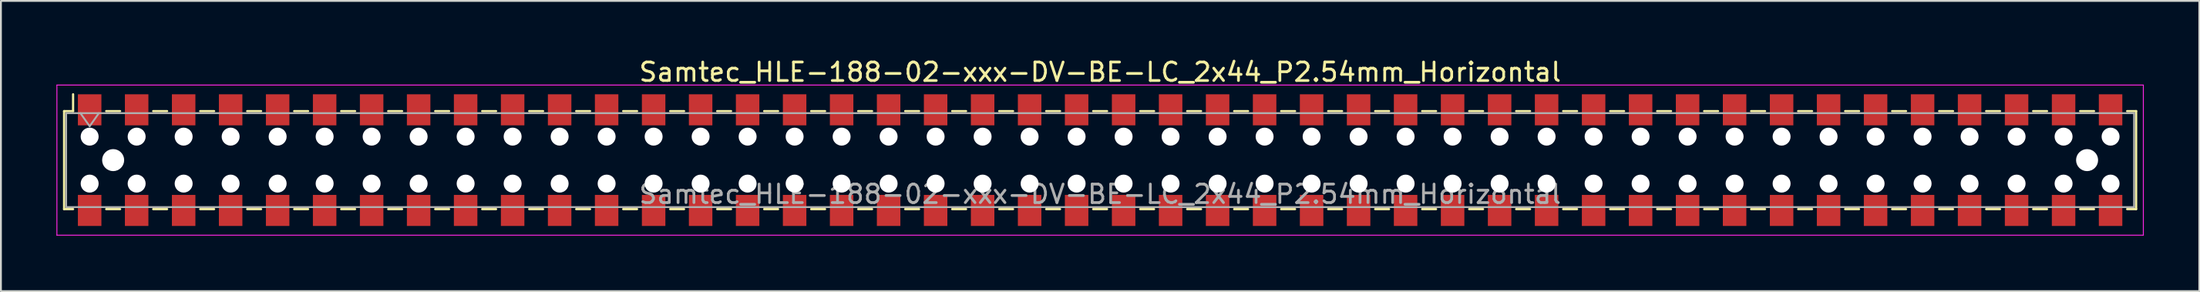
<source format=kicad_pcb>
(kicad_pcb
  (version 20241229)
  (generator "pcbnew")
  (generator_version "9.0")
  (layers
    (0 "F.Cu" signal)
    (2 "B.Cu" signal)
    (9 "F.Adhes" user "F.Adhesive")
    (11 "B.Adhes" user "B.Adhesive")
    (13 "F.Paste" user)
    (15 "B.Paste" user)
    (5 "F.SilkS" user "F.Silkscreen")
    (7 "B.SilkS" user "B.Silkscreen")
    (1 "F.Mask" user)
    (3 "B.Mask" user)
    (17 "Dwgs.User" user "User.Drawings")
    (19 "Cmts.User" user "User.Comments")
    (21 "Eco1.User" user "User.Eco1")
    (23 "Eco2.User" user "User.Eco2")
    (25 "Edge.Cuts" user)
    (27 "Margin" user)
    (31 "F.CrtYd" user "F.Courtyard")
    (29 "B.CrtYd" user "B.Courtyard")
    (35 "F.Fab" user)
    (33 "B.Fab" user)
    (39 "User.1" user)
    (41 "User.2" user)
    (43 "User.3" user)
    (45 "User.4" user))
  (footprint "Samtec_HLE-188-02-xxx-DV-BE-LC_2x44_P2.54mm_Horizontal"
    (layer "F.Cu")
    (at 56.405 5.608)
    (property "Reference" "Samtec_HLE-188-02-xxx-DV-BE-LC_2x44_P2.54mm_Horizontal" (at 0 -4.76 0) (layer "F.SilkS") (effects (font (size 1 1) (thickness 0.15))))
    (attr smd)
    (fp_line (start -55.99 -2.65) (end -55.99 2.65) (stroke (width 0.12) (type solid)) (layer "F.SilkS"))
    (fp_line (start -55.99 2.65) (end -55.505 2.65) (stroke (width 0.12) (type solid)) (layer "F.SilkS"))
    (fp_line (start -55.505 -3.56) (end -55.505 -2.65) (stroke (width 0.12) (type solid)) (layer "F.SilkS"))
    (fp_line (start -55.505 -2.65) (end -55.99 -2.65) (stroke (width 0.12) (type solid)) (layer "F.SilkS"))
    (fp_line (start -53.715 -2.65) (end -52.965 -2.65) (stroke (width 0.12) (type solid)) (layer "F.SilkS"))
    (fp_line (start -53.715 2.65) (end -52.965 2.65) (stroke (width 0.12) (type solid)) (layer "F.SilkS"))
    (fp_line (start -51.175 -2.65) (end -50.425 -2.65) (stroke (width 0.12) (type solid)) (layer "F.SilkS"))
    (fp_line (start -51.175 2.65) (end -50.425 2.65) (stroke (width 0.12) (type solid)) (layer "F.SilkS"))
    (fp_line (start -48.635 -2.65) (end -47.885 -2.65) (stroke (width 0.12) (type solid)) (layer "F.SilkS"))
    (fp_line (start -48.635 2.65) (end -47.885 2.65) (stroke (width 0.12) (type solid)) (layer "F.SilkS"))
    (fp_line (start -46.095 -2.65) (end -45.345 -2.65) (stroke (width 0.12) (type solid)) (layer "F.SilkS"))
    (fp_line (start -46.095 2.65) (end -45.345 2.65) (stroke (width 0.12) (type solid)) (layer "F.SilkS"))
    (fp_line (start -43.555 -2.65) (end -42.805 -2.65) (stroke (width 0.12) (type solid)) (layer "F.SilkS"))
    (fp_line (start -43.555 2.65) (end -42.805 2.65) (stroke (width 0.12) (type solid)) (layer "F.SilkS"))
    (fp_line (start -41.015 -2.65) (end -40.265 -2.65) (stroke (width 0.12) (type solid)) (layer "F.SilkS"))
    (fp_line (start -41.015 2.65) (end -40.265 2.65) (stroke (width 0.12) (type solid)) (layer "F.SilkS"))
    (fp_line (start -38.475 -2.65) (end -37.725 -2.65) (stroke (width 0.12) (type solid)) (layer "F.SilkS"))
    (fp_line (start -38.475 2.65) (end -37.725 2.65) (stroke (width 0.12) (type solid)) (layer "F.SilkS"))
    (fp_line (start -35.935 -2.65) (end -35.185 -2.65) (stroke (width 0.12) (type solid)) (layer "F.SilkS"))
    (fp_line (start -35.935 2.65) (end -35.185 2.65) (stroke (width 0.12) (type solid)) (layer "F.SilkS"))
    (fp_line (start -33.395 -2.65) (end -32.645 -2.65) (stroke (width 0.12) (type solid)) (layer "F.SilkS"))
    (fp_line (start -33.395 2.65) (end -32.645 2.65) (stroke (width 0.12) (type solid)) (layer "F.SilkS"))
    (fp_line (start -30.855 -2.65) (end -30.105 -2.65) (stroke (width 0.12) (type solid)) (layer "F.SilkS"))
    (fp_line (start -30.855 2.65) (end -30.105 2.65) (stroke (width 0.12) (type solid)) (layer "F.SilkS"))
    (fp_line (start -28.315 -2.65) (end -27.565 -2.65) (stroke (width 0.12) (type solid)) (layer "F.SilkS"))
    (fp_line (start -28.315 2.65) (end -27.565 2.65) (stroke (width 0.12) (type solid)) (layer "F.SilkS"))
    (fp_line (start -25.775 -2.65) (end -25.025 -2.65) (stroke (width 0.12) (type solid)) (layer "F.SilkS"))
    (fp_line (start -25.775 2.65) (end -25.025 2.65) (stroke (width 0.12) (type solid)) (layer "F.SilkS"))
    (fp_line (start -23.235 -2.65) (end -22.485 -2.65) (stroke (width 0.12) (type solid)) (layer "F.SilkS"))
    (fp_line (start -23.235 2.65) (end -22.485 2.65) (stroke (width 0.12) (type solid)) (layer "F.SilkS"))
    (fp_line (start -20.695 -2.65) (end -19.945 -2.65) (stroke (width 0.12) (type solid)) (layer "F.SilkS"))
    (fp_line (start -20.695 2.65) (end -19.945 2.65) (stroke (width 0.12) (type solid)) (layer "F.SilkS"))
    (fp_line (start -18.155 -2.65) (end -17.405 -2.65) (stroke (width 0.12) (type solid)) (layer "F.SilkS"))
    (fp_line (start -18.155 2.65) (end -17.405 2.65) (stroke (width 0.12) (type solid)) (layer "F.SilkS"))
    (fp_line (start -15.615 -2.65) (end -14.865 -2.65) (stroke (width 0.12) (type solid)) (layer "F.SilkS"))
    (fp_line (start -15.615 2.65) (end -14.865 2.65) (stroke (width 0.12) (type solid)) (layer "F.SilkS"))
    (fp_line (start -13.075 -2.65) (end -12.325 -2.65) (stroke (width 0.12) (type solid)) (layer "F.SilkS"))
    (fp_line (start -13.075 2.65) (end -12.325 2.65) (stroke (width 0.12) (type solid)) (layer "F.SilkS"))
    (fp_line (start -10.535 -2.65) (end -9.785 -2.65) (stroke (width 0.12) (type solid)) (layer "F.SilkS"))
    (fp_line (start -10.535 2.65) (end -9.785 2.65) (stroke (width 0.12) (type solid)) (layer "F.SilkS"))
    (fp_line (start -7.995 -2.65) (end -7.245 -2.65) (stroke (width 0.12) (type solid)) (layer "F.SilkS"))
    (fp_line (start -7.995 2.65) (end -7.245 2.65) (stroke (width 0.12) (type solid)) (layer "F.SilkS"))
    (fp_line (start -5.455 -2.65) (end -4.705 -2.65) (stroke (width 0.12) (type solid)) (layer "F.SilkS"))
    (fp_line (start -5.455 2.65) (end -4.705 2.65) (stroke (width 0.12) (type solid)) (layer "F.SilkS"))
    (fp_line (start -2.915 -2.65) (end -2.165 -2.65) (stroke (width 0.12) (type solid)) (layer "F.SilkS"))
    (fp_line (start -2.915 2.65) (end -2.165 2.65) (stroke (width 0.12) (type solid)) (layer "F.SilkS"))
    (fp_line (start -0.375 -2.65) (end 0.375 -2.65) (stroke (width 0.12) (type solid)) (layer "F.SilkS"))
    (fp_line (start -0.375 2.65) (end 0.375 2.65) (stroke (width 0.12) (type solid)) (layer "F.SilkS"))
    (fp_line (start 2.165 -2.65) (end 2.915 -2.65) (stroke (width 0.12) (type solid)) (layer "F.SilkS"))
    (fp_line (start 2.165 2.65) (end 2.915 2.65) (stroke (width 0.12) (type solid)) (layer "F.SilkS"))
    (fp_line (start 4.705 -2.65) (end 5.455 -2.65) (stroke (width 0.12) (type solid)) (layer "F.SilkS"))
    (fp_line (start 4.705 2.65) (end 5.455 2.65) (stroke (width 0.12) (type solid)) (layer "F.SilkS"))
    (fp_line (start 7.245 -2.65) (end 7.995 -2.65) (stroke (width 0.12) (type solid)) (layer "F.SilkS"))
    (fp_line (start 7.245 2.65) (end 7.995 2.65) (stroke (width 0.12) (type solid)) (layer "F.SilkS"))
    (fp_line (start 9.785 -2.65) (end 10.535 -2.65) (stroke (width 0.12) (type solid)) (layer "F.SilkS"))
    (fp_line (start 9.785 2.65) (end 10.535 2.65) (stroke (width 0.12) (type solid)) (layer "F.SilkS"))
    (fp_line (start 12.325 -2.65) (end 13.075 -2.65) (stroke (width 0.12) (type solid)) (layer "F.SilkS"))
    (fp_line (start 12.325 2.65) (end 13.075 2.65) (stroke (width 0.12) (type solid)) (layer "F.SilkS"))
    (fp_line (start 14.865 -2.65) (end 15.615 -2.65) (stroke (width 0.12) (type solid)) (layer "F.SilkS"))
    (fp_line (start 14.865 2.65) (end 15.615 2.65) (stroke (width 0.12) (type solid)) (layer "F.SilkS"))
    (fp_line (start 17.405 -2.65) (end 18.155 -2.65) (stroke (width 0.12) (type solid)) (layer "F.SilkS"))
    (fp_line (start 17.405 2.65) (end 18.155 2.65) (stroke (width 0.12) (type solid)) (layer "F.SilkS"))
    (fp_line (start 19.945 -2.65) (end 20.695 -2.65) (stroke (width 0.12) (type solid)) (layer "F.SilkS"))
    (fp_line (start 19.945 2.65) (end 20.695 2.65) (stroke (width 0.12) (type solid)) (layer "F.SilkS"))
    (fp_line (start 22.485 -2.65) (end 23.235 -2.65) (stroke (width 0.12) (type solid)) (layer "F.SilkS"))
    (fp_line (start 22.485 2.65) (end 23.235 2.65) (stroke (width 0.12) (type solid)) (layer "F.SilkS"))
    (fp_line (start 25.025 -2.65) (end 25.775 -2.65) (stroke (width 0.12) (type solid)) (layer "F.SilkS"))
    (fp_line (start 25.025 2.65) (end 25.775 2.65) (stroke (width 0.12) (type solid)) (layer "F.SilkS"))
    (fp_line (start 27.565 -2.65) (end 28.315 -2.65) (stroke (width 0.12) (type solid)) (layer "F.SilkS"))
    (fp_line (start 27.565 2.65) (end 28.315 2.65) (stroke (width 0.12) (type solid)) (layer "F.SilkS"))
    (fp_line (start 30.105 -2.65) (end 30.855 -2.65) (stroke (width 0.12) (type solid)) (layer "F.SilkS"))
    (fp_line (start 30.105 2.65) (end 30.855 2.65) (stroke (width 0.12) (type solid)) (layer "F.SilkS"))
    (fp_line (start 32.645 -2.65) (end 33.395 -2.65) (stroke (width 0.12) (type solid)) (layer "F.SilkS"))
    (fp_line (start 32.645 2.65) (end 33.395 2.65) (stroke (width 0.12) (type solid)) (layer "F.SilkS"))
    (fp_line (start 35.185 -2.65) (end 35.935 -2.65) (stroke (width 0.12) (type solid)) (layer "F.SilkS"))
    (fp_line (start 35.185 2.65) (end 35.935 2.65) (stroke (width 0.12) (type solid)) (layer "F.SilkS"))
    (fp_line (start 37.725 -2.65) (end 38.475 -2.65) (stroke (width 0.12) (type solid)) (layer "F.SilkS"))
    (fp_line (start 37.725 2.65) (end 38.475 2.65) (stroke (width 0.12) (type solid)) (layer "F.SilkS"))
    (fp_line (start 40.265 -2.65) (end 41.015 -2.65) (stroke (width 0.12) (type solid)) (layer "F.SilkS"))
    (fp_line (start 40.265 2.65) (end 41.015 2.65) (stroke (width 0.12) (type solid)) (layer "F.SilkS"))
    (fp_line (start 42.805 -2.65) (end 43.555 -2.65) (stroke (width 0.12) (type solid)) (layer "F.SilkS"))
    (fp_line (start 42.805 2.65) (end 43.555 2.65) (stroke (width 0.12) (type solid)) (layer "F.SilkS"))
    (fp_line (start 45.345 -2.65) (end 46.095 -2.65) (stroke (width 0.12) (type solid)) (layer "F.SilkS"))
    (fp_line (start 45.345 2.65) (end 46.095 2.65) (stroke (width 0.12) (type solid)) (layer "F.SilkS"))
    (fp_line (start 47.885 -2.65) (end 48.635 -2.65) (stroke (width 0.12) (type solid)) (layer "F.SilkS"))
    (fp_line (start 47.885 2.65) (end 48.635 2.65) (stroke (width 0.12) (type solid)) (layer "F.SilkS"))
    (fp_line (start 50.425 -2.65) (end 51.175 -2.65) (stroke (width 0.12) (type solid)) (layer "F.SilkS"))
    (fp_line (start 50.425 2.65) (end 51.175 2.65) (stroke (width 0.12) (type solid)) (layer "F.SilkS"))
    (fp_line (start 52.965 -2.65) (end 53.715 -2.65) (stroke (width 0.12) (type solid)) (layer "F.SilkS"))
    (fp_line (start 52.965 2.65) (end 53.715 2.65) (stroke (width 0.12) (type solid)) (layer "F.SilkS"))
    (fp_line (start 55.505 -2.65) (end 55.99 -2.65) (stroke (width 0.12) (type solid)) (layer "F.SilkS"))
    (fp_line (start 55.99 -2.65) (end 55.99 2.65) (stroke (width 0.12) (type solid)) (layer "F.SilkS"))
    (fp_line (start 55.99 2.65) (end 55.505 2.65) (stroke (width 0.12) (type solid)) (layer "F.SilkS"))
    (fp_line (start -56.38 -4.06) (end 56.38 -4.06) (stroke (width 0.05) (type solid)) (layer "F.CrtYd"))
    (fp_line (start -56.38 4.06) (end -56.38 -4.06) (stroke (width 0.05) (type solid)) (layer "F.CrtYd"))
    (fp_line (start 56.38 -4.06) (end 56.38 4.06) (stroke (width 0.05) (type solid)) (layer "F.CrtYd"))
    (fp_line (start 56.38 4.06) (end -56.38 4.06) (stroke (width 0.05) (type solid)) (layer "F.CrtYd"))
    (fp_line (start -55.88 -2.54) (end 55.88 -2.54) (stroke (width 0.1) (type solid)) (layer "F.Fab"))
    (fp_line (start -55.88 2.54) (end -55.88 -2.54) (stroke (width 0.1) (type solid)) (layer "F.Fab"))
    (fp_line (start -55.11 -2.54) (end -54.61 -1.833) (stroke (width 0.1) (type solid)) (layer "F.Fab"))
    (fp_line (start -54.61 -1.833) (end -54.11 -2.54) (stroke (width 0.1) (type solid)) (layer "F.Fab"))
    (fp_line (start 55.88 -2.54) (end 55.88 2.54) (stroke (width 0.1) (type solid)) (layer "F.Fab"))
    (fp_line (start 55.88 2.54) (end -55.88 2.54) (stroke (width 0.1) (type solid)) (layer "F.Fab"))
    (fp_text user "${REFERENCE}" (at 0 1.84 0) (layer "F.Fab") (effects (font (size 1 1) (thickness 0.15))))
    (pad "" np_thru_hole circle (at -54.61 -1.27) (size 0.97 0.97) (drill 0.97) (layers "*.Cu" "*.Mask"))
    (pad "" np_thru_hole circle (at -54.61 1.27) (size 0.97 0.97) (drill 0.97) (layers "*.Cu" "*.Mask"))
    (pad "" np_thru_hole circle (at -53.34 0) (size 1.19 1.19) (drill 1.19) (layers "*.Cu" "*.Mask"))
    (pad "" np_thru_hole circle (at -52.07 -1.27) (size 0.97 0.97) (drill 0.97) (layers "*.Cu" "*.Mask"))
    (pad "" np_thru_hole circle (at -52.07 1.27) (size 0.97 0.97) (drill 0.97) (layers "*.Cu" "*.Mask"))
    (pad "" np_thru_hole circle (at -49.53 -1.27) (size 0.97 0.97) (drill 0.97) (layers "*.Cu" "*.Mask"))
    (pad "" np_thru_hole circle (at -49.53 1.27) (size 0.97 0.97) (drill 0.97) (layers "*.Cu" "*.Mask"))
    (pad "" np_thru_hole circle (at -46.99 -1.27) (size 0.97 0.97) (drill 0.97) (layers "*.Cu" "*.Mask"))
    (pad "" np_thru_hole circle (at -46.99 1.27) (size 0.97 0.97) (drill 0.97) (layers "*.Cu" "*.Mask"))
    (pad "" np_thru_hole circle (at -44.45 -1.27) (size 0.97 0.97) (drill 0.97) (layers "*.Cu" "*.Mask"))
    (pad "" np_thru_hole circle (at -44.45 1.27) (size 0.97 0.97) (drill 0.97) (layers "*.Cu" "*.Mask"))
    (pad "" np_thru_hole circle (at -41.91 -1.27) (size 0.97 0.97) (drill 0.97) (layers "*.Cu" "*.Mask"))
    (pad "" np_thru_hole circle (at -41.91 1.27) (size 0.97 0.97) (drill 0.97) (layers "*.Cu" "*.Mask"))
    (pad "" np_thru_hole circle (at -39.37 -1.27) (size 0.97 0.97) (drill 0.97) (layers "*.Cu" "*.Mask"))
    (pad "" np_thru_hole circle (at -39.37 1.27) (size 0.97 0.97) (drill 0.97) (layers "*.Cu" "*.Mask"))
    (pad "" np_thru_hole circle (at -36.83 -1.27) (size 0.97 0.97) (drill 0.97) (layers "*.Cu" "*.Mask"))
    (pad "" np_thru_hole circle (at -36.83 1.27) (size 0.97 0.97) (drill 0.97) (layers "*.Cu" "*.Mask"))
    (pad "" np_thru_hole circle (at -34.29 -1.27) (size 0.97 0.97) (drill 0.97) (layers "*.Cu" "*.Mask"))
    (pad "" np_thru_hole circle (at -34.29 1.27) (size 0.97 0.97) (drill 0.97) (layers "*.Cu" "*.Mask"))
    (pad "" np_thru_hole circle (at -31.75 -1.27) (size 0.97 0.97) (drill 0.97) (layers "*.Cu" "*.Mask"))
    (pad "" np_thru_hole circle (at -31.75 1.27) (size 0.97 0.97) (drill 0.97) (layers "*.Cu" "*.Mask"))
    (pad "" np_thru_hole circle (at -29.21 -1.27) (size 0.97 0.97) (drill 0.97) (layers "*.Cu" "*.Mask"))
    (pad "" np_thru_hole circle (at -29.21 1.27) (size 0.97 0.97) (drill 0.97) (layers "*.Cu" "*.Mask"))
    (pad "" np_thru_hole circle (at -26.67 -1.27) (size 0.97 0.97) (drill 0.97) (layers "*.Cu" "*.Mask"))
    (pad "" np_thru_hole circle (at -26.67 1.27) (size 0.97 0.97) (drill 0.97) (layers "*.Cu" "*.Mask"))
    (pad "" np_thru_hole circle (at -24.13 -1.27) (size 0.97 0.97) (drill 0.97) (layers "*.Cu" "*.Mask"))
    (pad "" np_thru_hole circle (at -24.13 1.27) (size 0.97 0.97) (drill 0.97) (layers "*.Cu" "*.Mask"))
    (pad "" np_thru_hole circle (at -21.59 -1.27) (size 0.97 0.97) (drill 0.97) (layers "*.Cu" "*.Mask"))
    (pad "" np_thru_hole circle (at -21.59 1.27) (size 0.97 0.97) (drill 0.97) (layers "*.Cu" "*.Mask"))
    (pad "" np_thru_hole circle (at -19.05 -1.27) (size 0.97 0.97) (drill 0.97) (layers "*.Cu" "*.Mask"))
    (pad "" np_thru_hole circle (at -19.05 1.27) (size 0.97 0.97) (drill 0.97) (layers "*.Cu" "*.Mask"))
    (pad "" np_thru_hole circle (at -16.51 -1.27) (size 0.97 0.97) (drill 0.97) (layers "*.Cu" "*.Mask"))
    (pad "" np_thru_hole circle (at -16.51 1.27) (size 0.97 0.97) (drill 0.97) (layers "*.Cu" "*.Mask"))
    (pad "" np_thru_hole circle (at -13.97 -1.27) (size 0.97 0.97) (drill 0.97) (layers "*.Cu" "*.Mask"))
    (pad "" np_thru_hole circle (at -13.97 1.27) (size 0.97 0.97) (drill 0.97) (layers "*.Cu" "*.Mask"))
    (pad "" np_thru_hole circle (at -11.43 -1.27) (size 0.97 0.97) (drill 0.97) (layers "*.Cu" "*.Mask"))
    (pad "" np_thru_hole circle (at -11.43 1.27) (size 0.97 0.97) (drill 0.97) (layers "*.Cu" "*.Mask"))
    (pad "" np_thru_hole circle (at -8.89 -1.27) (size 0.97 0.97) (drill 0.97) (layers "*.Cu" "*.Mask"))
    (pad "" np_thru_hole circle (at -8.89 1.27) (size 0.97 0.97) (drill 0.97) (layers "*.Cu" "*.Mask"))
    (pad "" np_thru_hole circle (at -6.35 -1.27) (size 0.97 0.97) (drill 0.97) (layers "*.Cu" "*.Mask"))
    (pad "" np_thru_hole circle (at -6.35 1.27) (size 0.97 0.97) (drill 0.97) (layers "*.Cu" "*.Mask"))
    (pad "" np_thru_hole circle (at -3.81 -1.27) (size 0.97 0.97) (drill 0.97) (layers "*.Cu" "*.Mask"))
    (pad "" np_thru_hole circle (at -3.81 1.27) (size 0.97 0.97) (drill 0.97) (layers "*.Cu" "*.Mask"))
    (pad "" np_thru_hole circle (at -1.27 -1.27) (size 0.97 0.97) (drill 0.97) (layers "*.Cu" "*.Mask"))
    (pad "" np_thru_hole circle (at -1.27 1.27) (size 0.97 0.97) (drill 0.97) (layers "*.Cu" "*.Mask"))
    (pad "" np_thru_hole circle (at 1.27 -1.27) (size 0.97 0.97) (drill 0.97) (layers "*.Cu" "*.Mask"))
    (pad "" np_thru_hole circle (at 1.27 1.27) (size 0.97 0.97) (drill 0.97) (layers "*.Cu" "*.Mask"))
    (pad "" np_thru_hole circle (at 3.81 -1.27) (size 0.97 0.97) (drill 0.97) (layers "*.Cu" "*.Mask"))
    (pad "" np_thru_hole circle (at 3.81 1.27) (size 0.97 0.97) (drill 0.97) (layers "*.Cu" "*.Mask"))
    (pad "" np_thru_hole circle (at 6.35 -1.27) (size 0.97 0.97) (drill 0.97) (layers "*.Cu" "*.Mask"))
    (pad "" np_thru_hole circle (at 6.35 1.27) (size 0.97 0.97) (drill 0.97) (layers "*.Cu" "*.Mask"))
    (pad "" np_thru_hole circle (at 8.89 -1.27) (size 0.97 0.97) (drill 0.97) (layers "*.Cu" "*.Mask"))
    (pad "" np_thru_hole circle (at 8.89 1.27) (size 0.97 0.97) (drill 0.97) (layers "*.Cu" "*.Mask"))
    (pad "" np_thru_hole circle (at 11.43 -1.27) (size 0.97 0.97) (drill 0.97) (layers "*.Cu" "*.Mask"))
    (pad "" np_thru_hole circle (at 11.43 1.27) (size 0.97 0.97) (drill 0.97) (layers "*.Cu" "*.Mask"))
    (pad "" np_thru_hole circle (at 13.97 -1.27) (size 0.97 0.97) (drill 0.97) (layers "*.Cu" "*.Mask"))
    (pad "" np_thru_hole circle (at 13.97 1.27) (size 0.97 0.97) (drill 0.97) (layers "*.Cu" "*.Mask"))
    (pad "" np_thru_hole circle (at 16.51 -1.27) (size 0.97 0.97) (drill 0.97) (layers "*.Cu" "*.Mask"))
    (pad "" np_thru_hole circle (at 16.51 1.27) (size 0.97 0.97) (drill 0.97) (layers "*.Cu" "*.Mask"))
    (pad "" np_thru_hole circle (at 19.05 -1.27) (size 0.97 0.97) (drill 0.97) (layers "*.Cu" "*.Mask"))
    (pad "" np_thru_hole circle (at 19.05 1.27) (size 0.97 0.97) (drill 0.97) (layers "*.Cu" "*.Mask"))
    (pad "" np_thru_hole circle (at 21.59 -1.27) (size 0.97 0.97) (drill 0.97) (layers "*.Cu" "*.Mask"))
    (pad "" np_thru_hole circle (at 21.59 1.27) (size 0.97 0.97) (drill 0.97) (layers "*.Cu" "*.Mask"))
    (pad "" np_thru_hole circle (at 24.13 -1.27) (size 0.97 0.97) (drill 0.97) (layers "*.Cu" "*.Mask"))
    (pad "" np_thru_hole circle (at 24.13 1.27) (size 0.97 0.97) (drill 0.97) (layers "*.Cu" "*.Mask"))
    (pad "" np_thru_hole circle (at 26.67 -1.27) (size 0.97 0.97) (drill 0.97) (layers "*.Cu" "*.Mask"))
    (pad "" np_thru_hole circle (at 26.67 1.27) (size 0.97 0.97) (drill 0.97) (layers "*.Cu" "*.Mask"))
    (pad "" np_thru_hole circle (at 29.21 -1.27) (size 0.97 0.97) (drill 0.97) (layers "*.Cu" "*.Mask"))
    (pad "" np_thru_hole circle (at 29.21 1.27) (size 0.97 0.97) (drill 0.97) (layers "*.Cu" "*.Mask"))
    (pad "" np_thru_hole circle (at 31.75 -1.27) (size 0.97 0.97) (drill 0.97) (layers "*.Cu" "*.Mask"))
    (pad "" np_thru_hole circle (at 31.75 1.27) (size 0.97 0.97) (drill 0.97) (layers "*.Cu" "*.Mask"))
    (pad "" np_thru_hole circle (at 34.29 -1.27) (size 0.97 0.97) (drill 0.97) (layers "*.Cu" "*.Mask"))
    (pad "" np_thru_hole circle (at 34.29 1.27) (size 0.97 0.97) (drill 0.97) (layers "*.Cu" "*.Mask"))
    (pad "" np_thru_hole circle (at 36.83 -1.27) (size 0.97 0.97) (drill 0.97) (layers "*.Cu" "*.Mask"))
    (pad "" np_thru_hole circle (at 36.83 1.27) (size 0.97 0.97) (drill 0.97) (layers "*.Cu" "*.Mask"))
    (pad "" np_thru_hole circle (at 39.37 -1.27) (size 0.97 0.97) (drill 0.97) (layers "*.Cu" "*.Mask"))
    (pad "" np_thru_hole circle (at 39.37 1.27) (size 0.97 0.97) (drill 0.97) (layers "*.Cu" "*.Mask"))
    (pad "" np_thru_hole circle (at 41.91 -1.27) (size 0.97 0.97) (drill 0.97) (layers "*.Cu" "*.Mask"))
    (pad "" np_thru_hole circle (at 41.91 1.27) (size 0.97 0.97) (drill 0.97) (layers "*.Cu" "*.Mask"))
    (pad "" np_thru_hole circle (at 44.45 -1.27) (size 0.97 0.97) (drill 0.97) (layers "*.Cu" "*.Mask"))
    (pad "" np_thru_hole circle (at 44.45 1.27) (size 0.97 0.97) (drill 0.97) (layers "*.Cu" "*.Mask"))
    (pad "" np_thru_hole circle (at 46.99 -1.27) (size 0.97 0.97) (drill 0.97) (layers "*.Cu" "*.Mask"))
    (pad "" np_thru_hole circle (at 46.99 1.27) (size 0.97 0.97) (drill 0.97) (layers "*.Cu" "*.Mask"))
    (pad "" np_thru_hole circle (at 49.53 -1.27) (size 0.97 0.97) (drill 0.97) (layers "*.Cu" "*.Mask"))
    (pad "" np_thru_hole circle (at 49.53 1.27) (size 0.97 0.97) (drill 0.97) (layers "*.Cu" "*.Mask"))
    (pad "" np_thru_hole circle (at 52.07 -1.27) (size 0.97 0.97) (drill 0.97) (layers "*.Cu" "*.Mask"))
    (pad "" np_thru_hole circle (at 52.07 1.27) (size 0.97 0.97) (drill 0.97) (layers "*.Cu" "*.Mask"))
    (pad "" np_thru_hole circle (at 53.34 0) (size 1.19 1.19) (drill 1.19) (layers "*.Cu" "*.Mask"))
    (pad "" np_thru_hole circle (at 54.61 -1.27) (size 0.97 0.97) (drill 0.97) (layers "*.Cu" "*.Mask"))
    (pad "" np_thru_hole circle (at 54.61 1.27) (size 0.97 0.97) (drill 0.97) (layers "*.Cu" "*.Mask"))
    (pad "1" smd rect (at -54.61 -2.72) (size 1.27 1.68) (layers "F.Cu" "F.Mask" "F.Paste"))
    (pad "2" smd rect (at -54.61 2.72) (size 1.27 1.68) (layers "F.Cu" "F.Mask" "F.Paste"))
    (pad "3" smd rect (at -52.07 -2.72) (size 1.27 1.68) (layers "F.Cu" "F.Mask" "F.Paste"))
    (pad "4" smd rect (at -52.07 2.72) (size 1.27 1.68) (layers "F.Cu" "F.Mask" "F.Paste"))
    (pad "5" smd rect (at -49.53 -2.72) (size 1.27 1.68) (layers "F.Cu" "F.Mask" "F.Paste"))
    (pad "6" smd rect (at -49.53 2.72) (size 1.27 1.68) (layers "F.Cu" "F.Mask" "F.Paste"))
    (pad "7" smd rect (at -46.99 -2.72) (size 1.27 1.68) (layers "F.Cu" "F.Mask" "F.Paste"))
    (pad "8" smd rect (at -46.99 2.72) (size 1.27 1.68) (layers "F.Cu" "F.Mask" "F.Paste"))
    (pad "9" smd rect (at -44.45 -2.72) (size 1.27 1.68) (layers "F.Cu" "F.Mask" "F.Paste"))
    (pad "10" smd rect (at -44.45 2.72) (size 1.27 1.68) (layers "F.Cu" "F.Mask" "F.Paste"))
    (pad "11" smd rect (at -41.91 -2.72) (size 1.27 1.68) (layers "F.Cu" "F.Mask" "F.Paste"))
    (pad "12" smd rect (at -41.91 2.72) (size 1.27 1.68) (layers "F.Cu" "F.Mask" "F.Paste"))
    (pad "13" smd rect (at -39.37 -2.72) (size 1.27 1.68) (layers "F.Cu" "F.Mask" "F.Paste"))
    (pad "14" smd rect (at -39.37 2.72) (size 1.27 1.68) (layers "F.Cu" "F.Mask" "F.Paste"))
    (pad "15" smd rect (at -36.83 -2.72) (size 1.27 1.68) (layers "F.Cu" "F.Mask" "F.Paste"))
    (pad "16" smd rect (at -36.83 2.72) (size 1.27 1.68) (layers "F.Cu" "F.Mask" "F.Paste"))
    (pad "17" smd rect (at -34.29 -2.72) (size 1.27 1.68) (layers "F.Cu" "F.Mask" "F.Paste"))
    (pad "18" smd rect (at -34.29 2.72) (size 1.27 1.68) (layers "F.Cu" "F.Mask" "F.Paste"))
    (pad "19" smd rect (at -31.75 -2.72) (size 1.27 1.68) (layers "F.Cu" "F.Mask" "F.Paste"))
    (pad "20" smd rect (at -31.75 2.72) (size 1.27 1.68) (layers "F.Cu" "F.Mask" "F.Paste"))
    (pad "21" smd rect (at -29.21 -2.72) (size 1.27 1.68) (layers "F.Cu" "F.Mask" "F.Paste"))
    (pad "22" smd rect (at -29.21 2.72) (size 1.27 1.68) (layers "F.Cu" "F.Mask" "F.Paste"))
    (pad "23" smd rect (at -26.67 -2.72) (size 1.27 1.68) (layers "F.Cu" "F.Mask" "F.Paste"))
    (pad "24" smd rect (at -26.67 2.72) (size 1.27 1.68) (layers "F.Cu" "F.Mask" "F.Paste"))
    (pad "25" smd rect (at -24.13 -2.72) (size 1.27 1.68) (layers "F.Cu" "F.Mask" "F.Paste"))
    (pad "26" smd rect (at -24.13 2.72) (size 1.27 1.68) (layers "F.Cu" "F.Mask" "F.Paste"))
    (pad "27" smd rect (at -21.59 -2.72) (size 1.27 1.68) (layers "F.Cu" "F.Mask" "F.Paste"))
    (pad "28" smd rect (at -21.59 2.72) (size 1.27 1.68) (layers "F.Cu" "F.Mask" "F.Paste"))
    (pad "29" smd rect (at -19.05 -2.72) (size 1.27 1.68) (layers "F.Cu" "F.Mask" "F.Paste"))
    (pad "30" smd rect (at -19.05 2.72) (size 1.27 1.68) (layers "F.Cu" "F.Mask" "F.Paste"))
    (pad "31" smd rect (at -16.51 -2.72) (size 1.27 1.68) (layers "F.Cu" "F.Mask" "F.Paste"))
    (pad "32" smd rect (at -16.51 2.72) (size 1.27 1.68) (layers "F.Cu" "F.Mask" "F.Paste"))
    (pad "33" smd rect (at -13.97 -2.72) (size 1.27 1.68) (layers "F.Cu" "F.Mask" "F.Paste"))
    (pad "34" smd rect (at -13.97 2.72) (size 1.27 1.68) (layers "F.Cu" "F.Mask" "F.Paste"))
    (pad "35" smd rect (at -11.43 -2.72) (size 1.27 1.68) (layers "F.Cu" "F.Mask" "F.Paste"))
    (pad "36" smd rect (at -11.43 2.72) (size 1.27 1.68) (layers "F.Cu" "F.Mask" "F.Paste"))
    (pad "37" smd rect (at -8.89 -2.72) (size 1.27 1.68) (layers "F.Cu" "F.Mask" "F.Paste"))
    (pad "38" smd rect (at -8.89 2.72) (size 1.27 1.68) (layers "F.Cu" "F.Mask" "F.Paste"))
    (pad "39" smd rect (at -6.35 -2.72) (size 1.27 1.68) (layers "F.Cu" "F.Mask" "F.Paste"))
    (pad "40" smd rect (at -6.35 2.72) (size 1.27 1.68) (layers "F.Cu" "F.Mask" "F.Paste"))
    (pad "41" smd rect (at -3.81 -2.72) (size 1.27 1.68) (layers "F.Cu" "F.Mask" "F.Paste"))
    (pad "42" smd rect (at -3.81 2.72) (size 1.27 1.68) (layers "F.Cu" "F.Mask" "F.Paste"))
    (pad "43" smd rect (at -1.27 -2.72) (size 1.27 1.68) (layers "F.Cu" "F.Mask" "F.Paste"))
    (pad "44" smd rect (at -1.27 2.72) (size 1.27 1.68) (layers "F.Cu" "F.Mask" "F.Paste"))
    (pad "45" smd rect (at 1.27 -2.72) (size 1.27 1.68) (layers "F.Cu" "F.Mask" "F.Paste"))
    (pad "46" smd rect (at 1.27 2.72) (size 1.27 1.68) (layers "F.Cu" "F.Mask" "F.Paste"))
    (pad "47" smd rect (at 3.81 -2.72) (size 1.27 1.68) (layers "F.Cu" "F.Mask" "F.Paste"))
    (pad "48" smd rect (at 3.81 2.72) (size 1.27 1.68) (layers "F.Cu" "F.Mask" "F.Paste"))
    (pad "49" smd rect (at 6.35 -2.72) (size 1.27 1.68) (layers "F.Cu" "F.Mask" "F.Paste"))
    (pad "50" smd rect (at 6.35 2.72) (size 1.27 1.68) (layers "F.Cu" "F.Mask" "F.Paste"))
    (pad "51" smd rect (at 8.89 -2.72) (size 1.27 1.68) (layers "F.Cu" "F.Mask" "F.Paste"))
    (pad "52" smd rect (at 8.89 2.72) (size 1.27 1.68) (layers "F.Cu" "F.Mask" "F.Paste"))
    (pad "53" smd rect (at 11.43 -2.72) (size 1.27 1.68) (layers "F.Cu" "F.Mask" "F.Paste"))
    (pad "54" smd rect (at 11.43 2.72) (size 1.27 1.68) (layers "F.Cu" "F.Mask" "F.Paste"))
    (pad "55" smd rect (at 13.97 -2.72) (size 1.27 1.68) (layers "F.Cu" "F.Mask" "F.Paste"))
    (pad "56" smd rect (at 13.97 2.72) (size 1.27 1.68) (layers "F.Cu" "F.Mask" "F.Paste"))
    (pad "57" smd rect (at 16.51 -2.72) (size 1.27 1.68) (layers "F.Cu" "F.Mask" "F.Paste"))
    (pad "58" smd rect (at 16.51 2.72) (size 1.27 1.68) (layers "F.Cu" "F.Mask" "F.Paste"))
    (pad "59" smd rect (at 19.05 -2.72) (size 1.27 1.68) (layers "F.Cu" "F.Mask" "F.Paste"))
    (pad "60" smd rect (at 19.05 2.72) (size 1.27 1.68) (layers "F.Cu" "F.Mask" "F.Paste"))
    (pad "61" smd rect (at 21.59 -2.72) (size 1.27 1.68) (layers "F.Cu" "F.Mask" "F.Paste"))
    (pad "62" smd rect (at 21.59 2.72) (size 1.27 1.68) (layers "F.Cu" "F.Mask" "F.Paste"))
    (pad "63" smd rect (at 24.13 -2.72) (size 1.27 1.68) (layers "F.Cu" "F.Mask" "F.Paste"))
    (pad "64" smd rect (at 24.13 2.72) (size 1.27 1.68) (layers "F.Cu" "F.Mask" "F.Paste"))
    (pad "65" smd rect (at 26.67 -2.72) (size 1.27 1.68) (layers "F.Cu" "F.Mask" "F.Paste"))
    (pad "66" smd rect (at 26.67 2.72) (size 1.27 1.68) (layers "F.Cu" "F.Mask" "F.Paste"))
    (pad "67" smd rect (at 29.21 -2.72) (size 1.27 1.68) (layers "F.Cu" "F.Mask" "F.Paste"))
    (pad "68" smd rect (at 29.21 2.72) (size 1.27 1.68) (layers "F.Cu" "F.Mask" "F.Paste"))
    (pad "69" smd rect (at 31.75 -2.72) (size 1.27 1.68) (layers "F.Cu" "F.Mask" "F.Paste"))
    (pad "70" smd rect (at 31.75 2.72) (size 1.27 1.68) (layers "F.Cu" "F.Mask" "F.Paste"))
    (pad "71" smd rect (at 34.29 -2.72) (size 1.27 1.68) (layers "F.Cu" "F.Mask" "F.Paste"))
    (pad "72" smd rect (at 34.29 2.72) (size 1.27 1.68) (layers "F.Cu" "F.Mask" "F.Paste"))
    (pad "73" smd rect (at 36.83 -2.72) (size 1.27 1.68) (layers "F.Cu" "F.Mask" "F.Paste"))
    (pad "74" smd rect (at 36.83 2.72) (size 1.27 1.68) (layers "F.Cu" "F.Mask" "F.Paste"))
    (pad "75" smd rect (at 39.37 -2.72) (size 1.27 1.68) (layers "F.Cu" "F.Mask" "F.Paste"))
    (pad "76" smd rect (at 39.37 2.72) (size 1.27 1.68) (layers "F.Cu" "F.Mask" "F.Paste"))
    (pad "77" smd rect (at 41.91 -2.72) (size 1.27 1.68) (layers "F.Cu" "F.Mask" "F.Paste"))
    (pad "78" smd rect (at 41.91 2.72) (size 1.27 1.68) (layers "F.Cu" "F.Mask" "F.Paste"))
    (pad "79" smd rect (at 44.45 -2.72) (size 1.27 1.68) (layers "F.Cu" "F.Mask" "F.Paste"))
    (pad "80" smd rect (at 44.45 2.72) (size 1.27 1.68) (layers "F.Cu" "F.Mask" "F.Paste"))
    (pad "81" smd rect (at 46.99 -2.72) (size 1.27 1.68) (layers "F.Cu" "F.Mask" "F.Paste"))
    (pad "82" smd rect (at 46.99 2.72) (size 1.27 1.68) (layers "F.Cu" "F.Mask" "F.Paste"))
    (pad "83" smd rect (at 49.53 -2.72) (size 1.27 1.68) (layers "F.Cu" "F.Mask" "F.Paste"))
    (pad "84" smd rect (at 49.53 2.72) (size 1.27 1.68) (layers "F.Cu" "F.Mask" "F.Paste"))
    (pad "85" smd rect (at 52.07 -2.72) (size 1.27 1.68) (layers "F.Cu" "F.Mask" "F.Paste"))
    (pad "86" smd rect (at 52.07 2.72) (size 1.27 1.68) (layers "F.Cu" "F.Mask" "F.Paste"))
    (pad "87" smd rect (at 54.61 -2.72) (size 1.27 1.68) (layers "F.Cu" "F.Mask" "F.Paste"))
    (pad "88" smd rect (at 54.61 2.72) (size 1.27 1.68) (layers "F.Cu" "F.Mask" "F.Paste")))
  (gr_rect
    (start -3 -3)
    (end 115.81 12.693)
    (stroke (width 0.1) (type default))
    (fill no)
    (layer "Edge.Cuts")))
</source>
